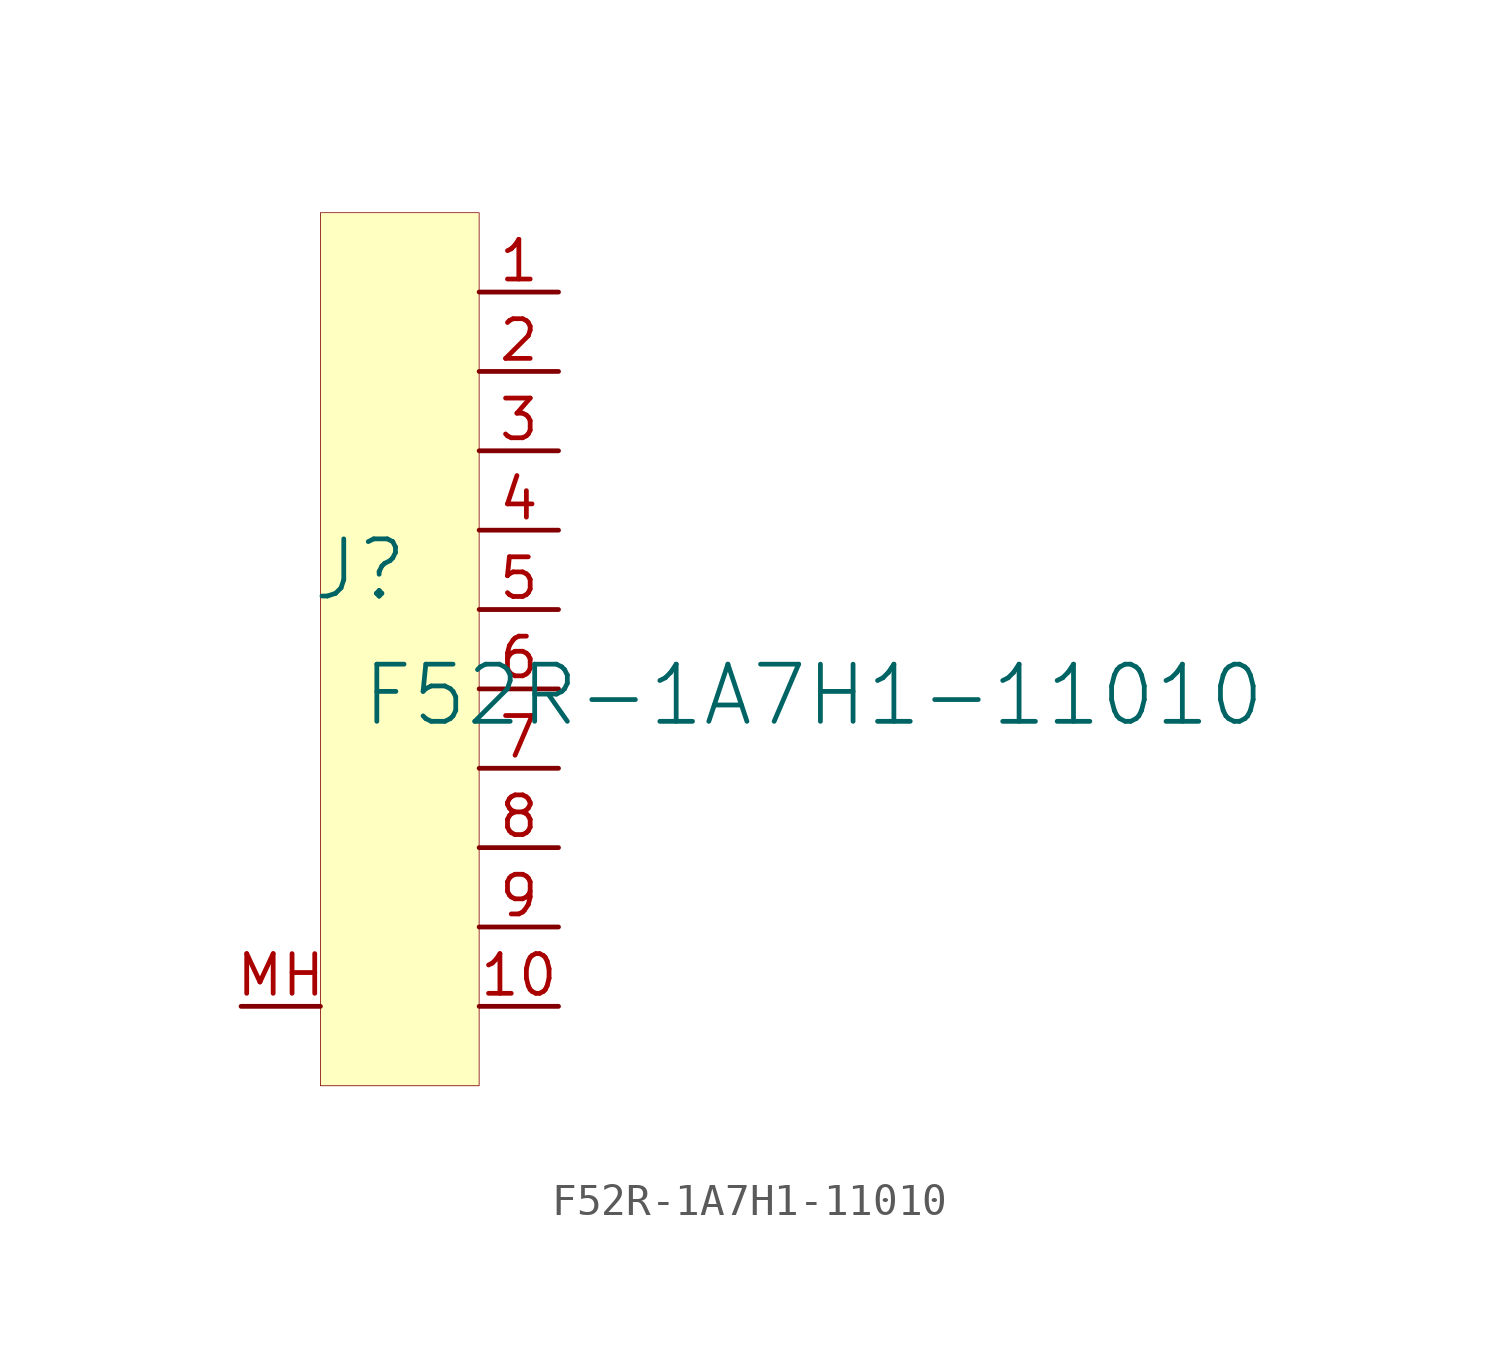
<source format=kicad_sym>
(kicad_symbol_lib
  (version 20231120)
  (generator "kicad_symbol_editor")
  (generator_version "8.0")
  (symbol "F52R-1A7H1-11010"
    (property "Reference" "J"
      (at -1.27 1.27 0)
      (effects (font (size 1.829 1.829))))
    (property "Value" "F52R-1A7H1-11010"
      (at -1.27 -3.81 0)
      (effects (font (size 1.829 1.829)) (justify left bottom)))
    (symbol "F52R-1A7H1-11010_1_0"
      (rectangle (start 2.54 12.7) (end -2.54 -15.24) (stroke (width 0.025) (type solid) (color 128 0 0 1)) (fill (type background)))
      (pin passive line (at 5.08 10.16 180) (length 2.54) (name "1" (effects (font (size 0 0)))) (number "1" (effects (font (size 1.27 1.27)))))
      (pin passive line (at 5.08 -12.7 180) (length 2.54) (name "10" (effects (font (size 0 0)))) (number "10" (effects (font (size 1.27 1.27)))))
      (pin passive line (at 5.08 7.62 180) (length 2.54) (name "2" (effects (font (size 0 0)))) (number "2" (effects (font (size 1.27 1.27)))))
      (pin passive line (at 5.08 5.08 180) (length 2.54) (name "3" (effects (font (size 0 0)))) (number "3" (effects (font (size 1.27 1.27)))))
      (pin passive line (at 5.08 2.54 180) (length 2.54) (name "4" (effects (font (size 0 0)))) (number "4" (effects (font (size 1.27 1.27)))))
      (pin passive line (at 5.08 0 180) (length 2.54) (name "5" (effects (font (size 0 0)))) (number "5" (effects (font (size 1.27 1.27)))))
      (pin passive line (at 5.08 -2.54 180) (length 2.54) (name "6" (effects (font (size 0 0)))) (number "6" (effects (font (size 1.27 1.27)))))
      (pin passive line (at 5.08 -5.08 180) (length 2.54) (name "7" (effects (font (size 0 0)))) (number "7" (effects (font (size 1.27 1.27)))))
      (pin passive line (at 5.08 -7.62 180) (length 2.54) (name "8" (effects (font (size 0 0)))) (number "8" (effects (font (size 1.27 1.27)))))
      (pin passive line (at 5.08 -10.16 180) (length 2.54) (name "9" (effects (font (size 0 0)))) (number "9" (effects (font (size 1.27 1.27)))))
      (pin passive line (at -5.08 -12.7 0) (length 2.54) (name "MH" (effects (font (size 0 0)))) (number "MH" (effects (font (size 1.27 1.27))))))))
</source>
